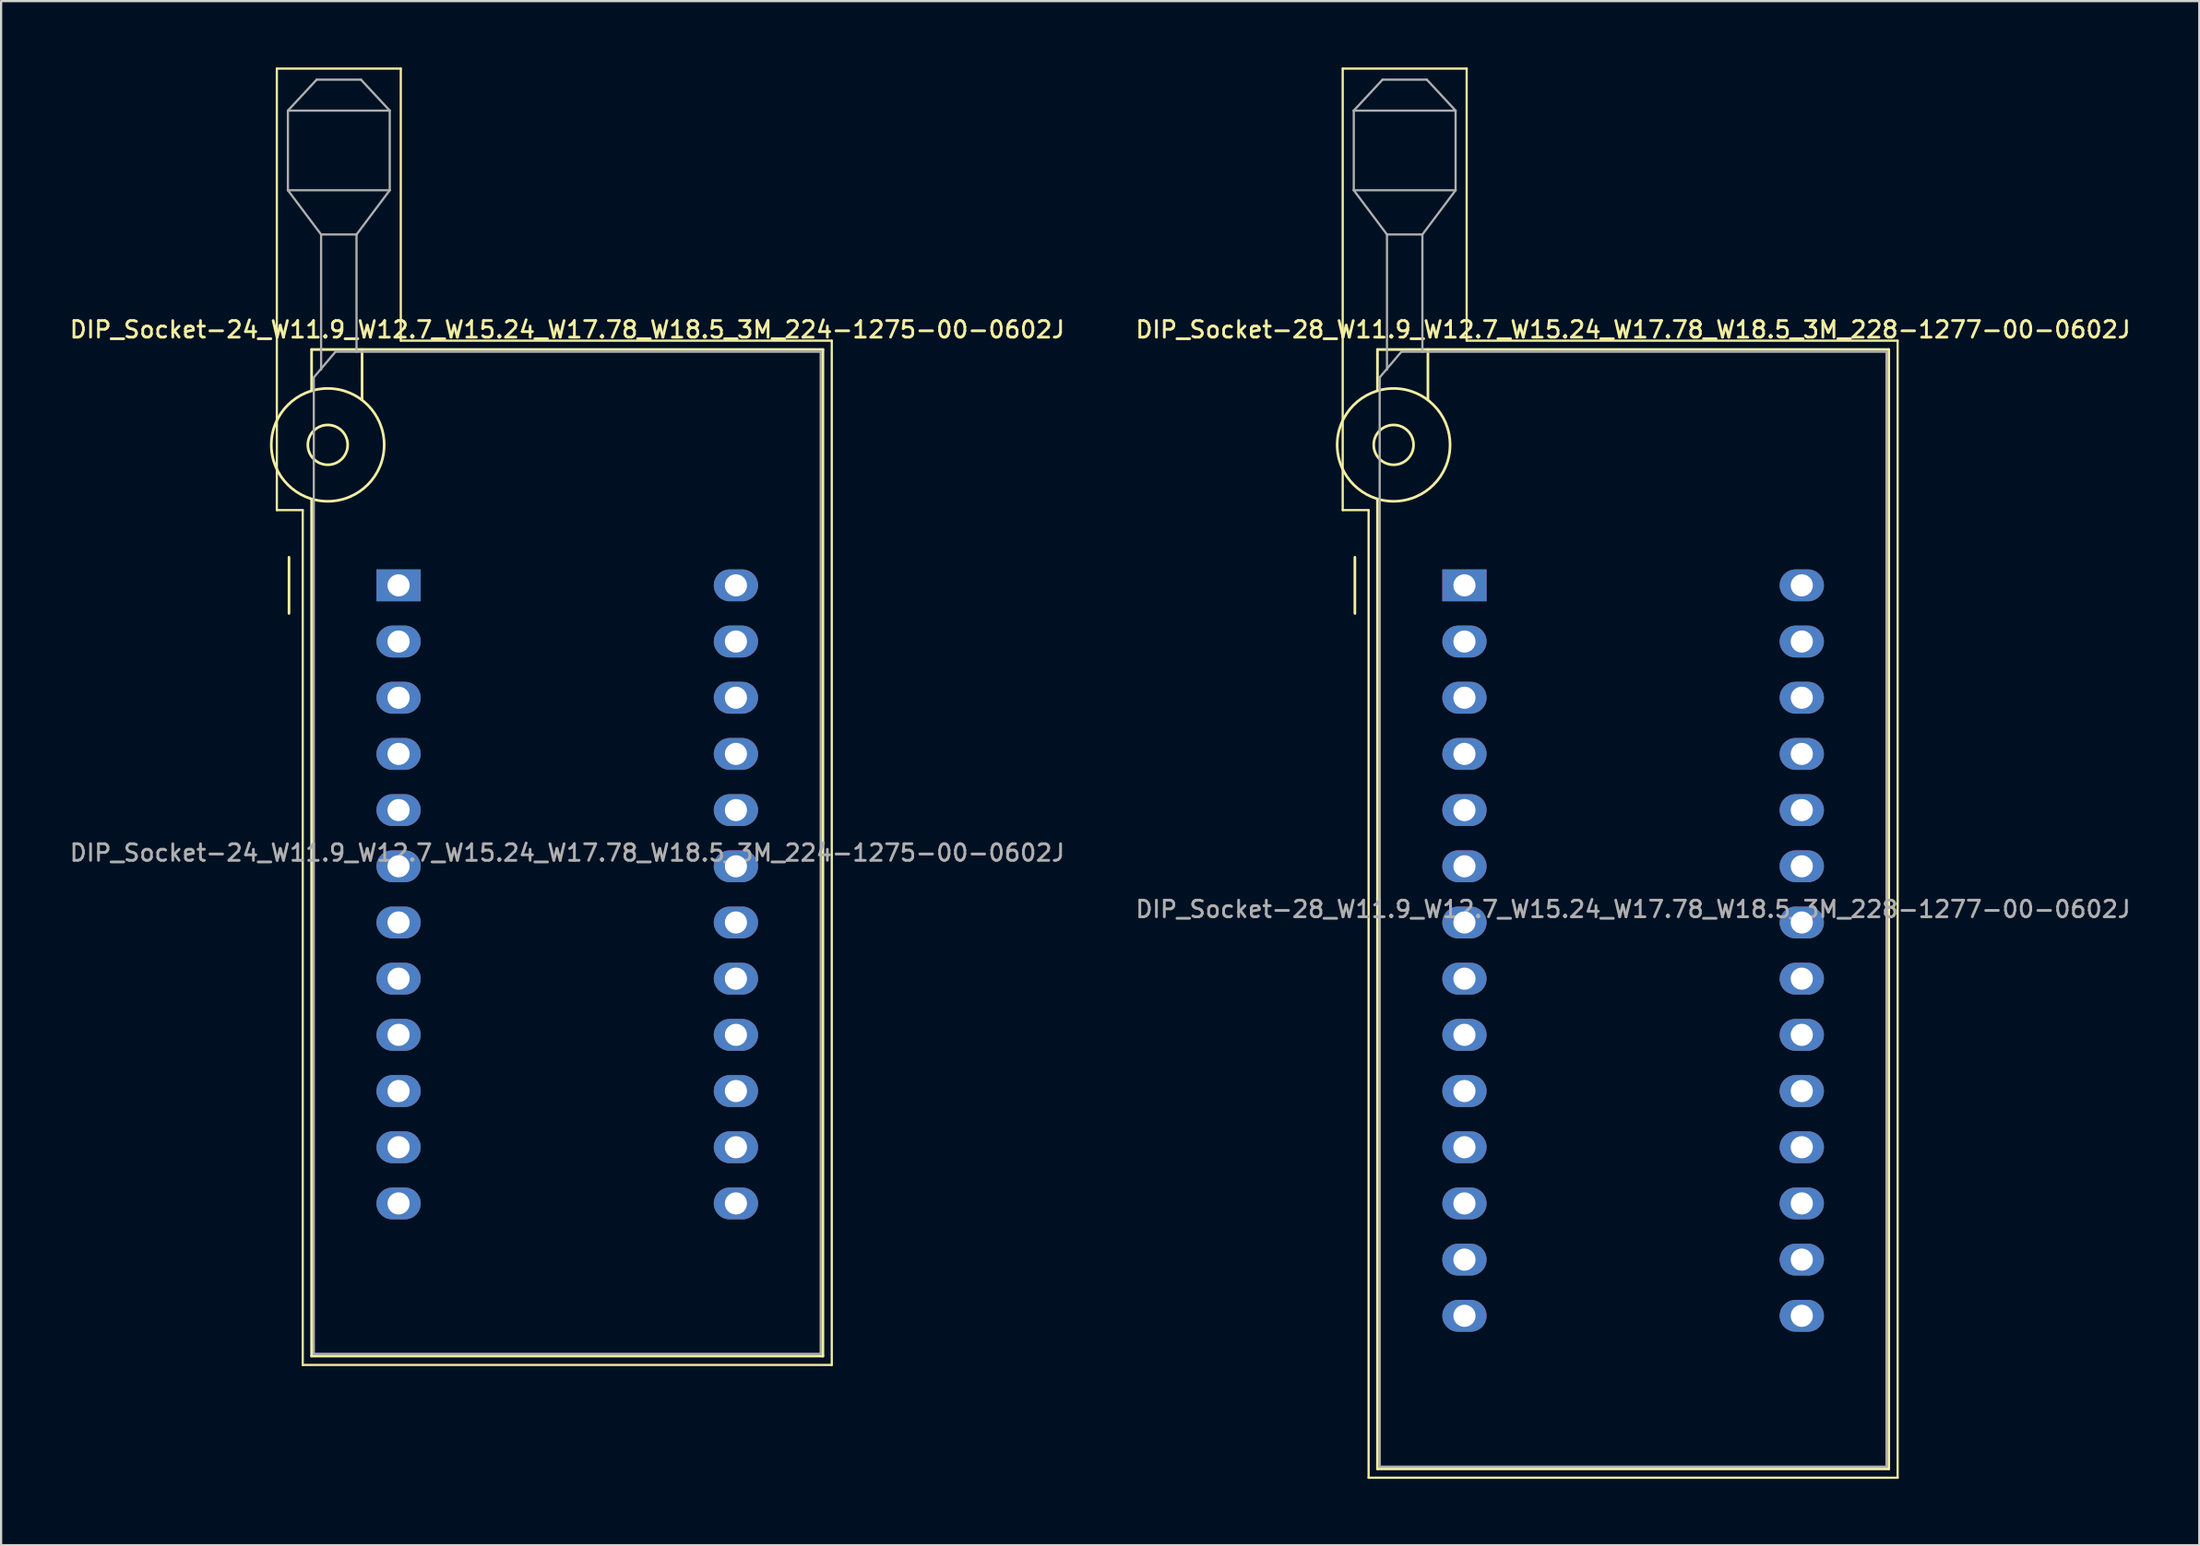
<source format=kicad_pcb>
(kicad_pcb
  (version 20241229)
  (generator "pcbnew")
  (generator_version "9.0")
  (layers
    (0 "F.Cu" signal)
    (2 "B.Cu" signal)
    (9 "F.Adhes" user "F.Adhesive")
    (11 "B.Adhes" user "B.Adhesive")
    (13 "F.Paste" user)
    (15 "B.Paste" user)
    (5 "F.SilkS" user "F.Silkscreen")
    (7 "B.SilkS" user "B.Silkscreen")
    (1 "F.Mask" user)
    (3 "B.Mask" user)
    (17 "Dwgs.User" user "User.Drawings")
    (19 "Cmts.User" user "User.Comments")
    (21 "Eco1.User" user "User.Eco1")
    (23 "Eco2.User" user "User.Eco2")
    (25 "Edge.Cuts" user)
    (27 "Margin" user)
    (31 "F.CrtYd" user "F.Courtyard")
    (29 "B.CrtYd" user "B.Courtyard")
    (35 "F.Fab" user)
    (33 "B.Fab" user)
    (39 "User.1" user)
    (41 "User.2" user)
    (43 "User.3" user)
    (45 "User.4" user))
  (footprint "DIP_Socket-24_W11.9_W12.7_W15.24_W17.78_W18.5_3M_224-1275-00-0602J"
    (layer "F.Cu")
    (at 14.957 23.41)
    (property "Reference" "DIP_Socket-24_W11.9_W12.7_W15.24_W17.78_W18.5_3M_224-1275-00-0602J" (at 7.62 -11.56 0) (layer "F.SilkS") (effects (font (size 0.75 0.75) (thickness 0.125))))
    (attr through_hole)
    (fp_line (start -5.5 -23.36) (end 0.1 -23.36) (stroke (width 0.1) (type solid)) (layer "F.SilkS"))
    (fp_line (start -5.5 -3.4) (end -5.5 -23.36) (stroke (width 0.1) (type solid)) (layer "F.SilkS"))
    (fp_line (start -4.95 1.27) (end -4.95 -1.27) (stroke (width 0.12) (type solid)) (layer "F.SilkS"))
    (fp_line (start -4.33 -3.4) (end -5.5 -3.4) (stroke (width 0.1) (type solid)) (layer "F.SilkS"))
    (fp_line (start -4.33 35.24) (end -4.33 -3.4) (stroke (width 0.1) (type solid)) (layer "F.SilkS"))
    (fp_line (start -3.93 -10.66) (end -3.93 -8.8) (stroke (width 0.12) (type solid)) (layer "F.SilkS"))
    (fp_line (start -3.93 -3.9) (end -3.93 34.84) (stroke (width 0.12) (type solid)) (layer "F.SilkS"))
    (fp_line (start -3.93 34.84) (end 19.17 34.84) (stroke (width 0.12) (type solid)) (layer "F.SilkS"))
    (fp_line (start -1.65 -10.66) (end -1.65 -8.4) (stroke (width 0.12) (type solid)) (layer "F.SilkS"))
    (fp_line (start 0.1 -23.36) (end 0.1 -11.06) (stroke (width 0.1) (type solid)) (layer "F.SilkS"))
    (fp_line (start 0.1 -11.06) (end 19.57 -11.06) (stroke (width 0.1) (type solid)) (layer "F.SilkS"))
    (fp_line (start 19.17 -10.66) (end -3.93 -10.66) (stroke (width 0.12) (type solid)) (layer "F.SilkS"))
    (fp_line (start 19.17 34.84) (end 19.17 -10.66) (stroke (width 0.12) (type solid)) (layer "F.SilkS"))
    (fp_line (start 19.57 -11.06) (end 19.57 35.24) (stroke (width 0.1) (type solid)) (layer "F.SilkS"))
    (fp_line (start 19.57 35.24) (end -4.33 35.24) (stroke (width 0.1) (type solid)) (layer "F.SilkS"))
    (fp_circle (center -3.2 -6.35) (end -2.3 -6.35) (stroke (width 0.12) (type solid)) (fill no) (layer "F.SilkS"))
    (fp_circle (center -3.2 -6.35) (end -0.65 -6.35) (stroke (width 0.12) (type solid)) (fill no) (layer "F.SilkS"))
    (fp_line (start -5 -21.46) (end -5 -17.86) (stroke (width 0.1) (type solid)) (layer "F.Fab"))
    (fp_line (start -5 -21.46) (end -3.7 -22.86) (stroke (width 0.1) (type solid)) (layer "F.Fab"))
    (fp_line (start -5 -17.86) (end -3.5 -15.86) (stroke (width 0.1) (type solid)) (layer "F.Fab"))
    (fp_line (start -5 -17.86) (end -0.4 -17.86) (stroke (width 0.1) (type solid)) (layer "F.Fab"))
    (fp_line (start -3.83 -9.4) (end -2.85 -10.56) (stroke (width 0.1) (type solid)) (layer "F.Fab"))
    (fp_line (start -3.83 34.74) (end -3.83 -9.4) (stroke (width 0.1) (type solid)) (layer "F.Fab"))
    (fp_line (start -3.7 -22.86) (end -1.7 -22.86) (stroke (width 0.1) (type solid)) (layer "F.Fab"))
    (fp_line (start -3.5 -15.86) (end -1.9 -15.86) (stroke (width 0.1) (type solid)) (layer "F.Fab"))
    (fp_line (start -3.5 -9.75) (end -3.5 -15.86) (stroke (width 0.1) (type solid)) (layer "F.Fab"))
    (fp_line (start -2.85 -10.56) (end 19.07 -10.56) (stroke (width 0.1) (type solid)) (layer "F.Fab"))
    (fp_line (start -1.9 -15.86) (end -1.9 -10.56) (stroke (width 0.1) (type solid)) (layer "F.Fab"))
    (fp_line (start -1.7 -22.86) (end -0.4 -21.46) (stroke (width 0.1) (type solid)) (layer "F.Fab"))
    (fp_line (start -0.4 -21.46) (end -5 -21.46) (stroke (width 0.1) (type solid)) (layer "F.Fab"))
    (fp_line (start -0.4 -17.86) (end -1.9 -15.86) (stroke (width 0.1) (type solid)) (layer "F.Fab"))
    (fp_line (start -0.4 -17.86) (end -0.4 -21.46) (stroke (width 0.1) (type solid)) (layer "F.Fab"))
    (fp_line (start 19.07 -10.56) (end 19.07 34.74) (stroke (width 0.1) (type solid)) (layer "F.Fab"))
    (fp_line (start 19.07 34.74) (end -3.83 34.74) (stroke (width 0.1) (type solid)) (layer "F.Fab"))
    (fp_text user "${REFERENCE}" (at 7.62 12.09 0) (layer "F.Fab") (effects (font (size 0.75 0.75) (thickness 0.125))))
    (pad "1" thru_hole rect (at 0 0) (size 2 1.44) (drill 1) (layers "*.Cu" "*.Mask"))
    (pad "2" thru_hole oval (at 0 2.54) (size 2 1.44) (drill 1) (layers "*.Cu" "*.Mask"))
    (pad "3" thru_hole oval (at 0 5.08) (size 2 1.44) (drill 1) (layers "*.Cu" "*.Mask"))
    (pad "4" thru_hole oval (at 0 7.62) (size 2 1.44) (drill 1) (layers "*.Cu" "*.Mask"))
    (pad "5" thru_hole oval (at 0 10.16) (size 2 1.44) (drill 1) (layers "*.Cu" "*.Mask"))
    (pad "6" thru_hole oval (at 0 12.7) (size 2 1.44) (drill 1) (layers "*.Cu" "*.Mask"))
    (pad "7" thru_hole oval (at 0 15.24) (size 2 1.44) (drill 1) (layers "*.Cu" "*.Mask"))
    (pad "8" thru_hole oval (at 0 17.78) (size 2 1.44) (drill 1) (layers "*.Cu" "*.Mask"))
    (pad "9" thru_hole oval (at 0 20.32) (size 2 1.44) (drill 1) (layers "*.Cu" "*.Mask"))
    (pad "10" thru_hole oval (at 0 22.86) (size 2 1.44) (drill 1) (layers "*.Cu" "*.Mask"))
    (pad "11" thru_hole oval (at 0 25.4) (size 2 1.44) (drill 1) (layers "*.Cu" "*.Mask"))
    (pad "12" thru_hole oval (at 0 27.94) (size 2 1.44) (drill 1) (layers "*.Cu" "*.Mask"))
    (pad "13" thru_hole oval (at 15.24 27.94) (size 2 1.44) (drill 1) (layers "*.Cu" "*.Mask"))
    (pad "14" thru_hole oval (at 15.24 25.4) (size 2 1.44) (drill 1) (layers "*.Cu" "*.Mask"))
    (pad "15" thru_hole oval (at 15.24 22.86) (size 2 1.44) (drill 1) (layers "*.Cu" "*.Mask"))
    (pad "16" thru_hole oval (at 15.24 20.32) (size 2 1.44) (drill 1) (layers "*.Cu" "*.Mask"))
    (pad "17" thru_hole oval (at 15.24 17.78) (size 2 1.44) (drill 1) (layers "*.Cu" "*.Mask"))
    (pad "18" thru_hole oval (at 15.24 15.24) (size 2 1.44) (drill 1) (layers "*.Cu" "*.Mask"))
    (pad "19" thru_hole oval (at 15.24 12.7) (size 2 1.44) (drill 1) (layers "*.Cu" "*.Mask"))
    (pad "20" thru_hole oval (at 15.24 10.16) (size 2 1.44) (drill 1) (layers "*.Cu" "*.Mask"))
    (pad "21" thru_hole oval (at 15.24 7.62) (size 2 1.44) (drill 1) (layers "*.Cu" "*.Mask"))
    (pad "22" thru_hole oval (at 15.24 5.08) (size 2 1.44) (drill 1) (layers "*.Cu" "*.Mask"))
    (pad "23" thru_hole oval (at 15.24 2.54) (size 2 1.44) (drill 1) (layers "*.Cu" "*.Mask"))
    (pad "24" thru_hole oval (at 15.24 0) (size 2 1.44) (drill 1) (layers "*.Cu" "*.Mask")))
  (footprint "DIP_Socket-28_W11.9_W12.7_W15.24_W17.78_W18.5_3M_228-1277-00-0602J"
    (layer "F.Cu")
    (at 63.11 23.41)
    (property "Reference" "DIP_Socket-28_W11.9_W12.7_W15.24_W17.78_W18.5_3M_228-1277-00-0602J" (at 7.62 -11.56 0) (layer "F.SilkS") (effects (font (size 0.75 0.75) (thickness 0.125))))
    (attr through_hole)
    (fp_line (start -5.5 -23.36) (end 0.1 -23.36) (stroke (width 0.1) (type solid)) (layer "F.SilkS"))
    (fp_line (start -5.5 -3.4) (end -5.5 -23.36) (stroke (width 0.1) (type solid)) (layer "F.SilkS"))
    (fp_line (start -4.95 1.27) (end -4.95 -1.27) (stroke (width 0.12) (type solid)) (layer "F.SilkS"))
    (fp_line (start -4.33 -3.4) (end -5.5 -3.4) (stroke (width 0.1) (type solid)) (layer "F.SilkS"))
    (fp_line (start -4.33 40.34) (end -4.33 -3.4) (stroke (width 0.1) (type solid)) (layer "F.SilkS"))
    (fp_line (start -3.93 -10.66) (end -3.93 -8.8) (stroke (width 0.12) (type solid)) (layer "F.SilkS"))
    (fp_line (start -3.93 -3.9) (end -3.93 39.94) (stroke (width 0.12) (type solid)) (layer "F.SilkS"))
    (fp_line (start -3.93 39.94) (end 19.17 39.94) (stroke (width 0.12) (type solid)) (layer "F.SilkS"))
    (fp_line (start -1.65 -10.66) (end -1.65 -8.4) (stroke (width 0.12) (type solid)) (layer "F.SilkS"))
    (fp_line (start 0.1 -23.36) (end 0.1 -11.06) (stroke (width 0.1) (type solid)) (layer "F.SilkS"))
    (fp_line (start 0.1 -11.06) (end 19.57 -11.06) (stroke (width 0.1) (type solid)) (layer "F.SilkS"))
    (fp_line (start 19.17 -10.66) (end -3.93 -10.66) (stroke (width 0.12) (type solid)) (layer "F.SilkS"))
    (fp_line (start 19.17 39.94) (end 19.17 -10.66) (stroke (width 0.12) (type solid)) (layer "F.SilkS"))
    (fp_line (start 19.57 -11.06) (end 19.57 40.34) (stroke (width 0.1) (type solid)) (layer "F.SilkS"))
    (fp_line (start 19.57 40.34) (end -4.33 40.34) (stroke (width 0.1) (type solid)) (layer "F.SilkS"))
    (fp_circle (center -3.2 -6.35) (end -2.3 -6.35) (stroke (width 0.12) (type solid)) (fill no) (layer "F.SilkS"))
    (fp_circle (center -3.2 -6.35) (end -0.65 -6.35) (stroke (width 0.12) (type solid)) (fill no) (layer "F.SilkS"))
    (fp_line (start -5 -21.46) (end -5 -17.86) (stroke (width 0.1) (type solid)) (layer "F.Fab"))
    (fp_line (start -5 -21.46) (end -3.7 -22.86) (stroke (width 0.1) (type solid)) (layer "F.Fab"))
    (fp_line (start -5 -17.86) (end -3.5 -15.86) (stroke (width 0.1) (type solid)) (layer "F.Fab"))
    (fp_line (start -5 -17.86) (end -0.4 -17.86) (stroke (width 0.1) (type solid)) (layer "F.Fab"))
    (fp_line (start -3.83 -9.4) (end -2.85 -10.56) (stroke (width 0.1) (type solid)) (layer "F.Fab"))
    (fp_line (start -3.83 39.84) (end -3.83 -9.4) (stroke (width 0.1) (type solid)) (layer "F.Fab"))
    (fp_line (start -3.7 -22.86) (end -1.7 -22.86) (stroke (width 0.1) (type solid)) (layer "F.Fab"))
    (fp_line (start -3.5 -15.86) (end -1.9 -15.86) (stroke (width 0.1) (type solid)) (layer "F.Fab"))
    (fp_line (start -3.5 -9.75) (end -3.5 -15.86) (stroke (width 0.1) (type solid)) (layer "F.Fab"))
    (fp_line (start -2.85 -10.56) (end 19.07 -10.56) (stroke (width 0.1) (type solid)) (layer "F.Fab"))
    (fp_line (start -1.9 -15.86) (end -1.9 -10.56) (stroke (width 0.1) (type solid)) (layer "F.Fab"))
    (fp_line (start -1.7 -22.86) (end -0.4 -21.46) (stroke (width 0.1) (type solid)) (layer "F.Fab"))
    (fp_line (start -0.4 -21.46) (end -5 -21.46) (stroke (width 0.1) (type solid)) (layer "F.Fab"))
    (fp_line (start -0.4 -17.86) (end -1.9 -15.86) (stroke (width 0.1) (type solid)) (layer "F.Fab"))
    (fp_line (start -0.4 -17.86) (end -0.4 -21.46) (stroke (width 0.1) (type solid)) (layer "F.Fab"))
    (fp_line (start 19.07 -10.56) (end 19.07 39.84) (stroke (width 0.1) (type solid)) (layer "F.Fab"))
    (fp_line (start 19.07 39.84) (end -3.83 39.84) (stroke (width 0.1) (type solid)) (layer "F.Fab"))
    (fp_text user "${REFERENCE}" (at 7.62 14.64 0) (layer "F.Fab") (effects (font (size 0.75 0.75) (thickness 0.125))))
    (pad "1" thru_hole rect (at 0 0) (size 2 1.44) (drill 1) (layers "*.Cu" "*.Mask"))
    (pad "2" thru_hole oval (at 0 2.54) (size 2 1.44) (drill 1) (layers "*.Cu" "*.Mask"))
    (pad "3" thru_hole oval (at 0 5.08) (size 2 1.44) (drill 1) (layers "*.Cu" "*.Mask"))
    (pad "4" thru_hole oval (at 0 7.62) (size 2 1.44) (drill 1) (layers "*.Cu" "*.Mask"))
    (pad "5" thru_hole oval (at 0 10.16) (size 2 1.44) (drill 1) (layers "*.Cu" "*.Mask"))
    (pad "6" thru_hole oval (at 0 12.7) (size 2 1.44) (drill 1) (layers "*.Cu" "*.Mask"))
    (pad "7" thru_hole oval (at 0 15.24) (size 2 1.44) (drill 1) (layers "*.Cu" "*.Mask"))
    (pad "8" thru_hole oval (at 0 17.78) (size 2 1.44) (drill 1) (layers "*.Cu" "*.Mask"))
    (pad "9" thru_hole oval (at 0 20.32) (size 2 1.44) (drill 1) (layers "*.Cu" "*.Mask"))
    (pad "10" thru_hole oval (at 0 22.86) (size 2 1.44) (drill 1) (layers "*.Cu" "*.Mask"))
    (pad "11" thru_hole oval (at 0 25.4) (size 2 1.44) (drill 1) (layers "*.Cu" "*.Mask"))
    (pad "12" thru_hole oval (at 0 27.94) (size 2 1.44) (drill 1) (layers "*.Cu" "*.Mask"))
    (pad "13" thru_hole oval (at 0 30.48) (size 2 1.44) (drill 1) (layers "*.Cu" "*.Mask"))
    (pad "14" thru_hole oval (at 0 33.02) (size 2 1.44) (drill 1) (layers "*.Cu" "*.Mask"))
    (pad "15" thru_hole oval (at 15.24 33.02) (size 2 1.44) (drill 1) (layers "*.Cu" "*.Mask"))
    (pad "16" thru_hole oval (at 15.24 30.48) (size 2 1.44) (drill 1) (layers "*.Cu" "*.Mask"))
    (pad "17" thru_hole oval (at 15.24 27.94) (size 2 1.44) (drill 1) (layers "*.Cu" "*.Mask"))
    (pad "18" thru_hole oval (at 15.24 25.4) (size 2 1.44) (drill 1) (layers "*.Cu" "*.Mask"))
    (pad "19" thru_hole oval (at 15.24 22.86) (size 2 1.44) (drill 1) (layers "*.Cu" "*.Mask"))
    (pad "20" thru_hole oval (at 15.24 20.32) (size 2 1.44) (drill 1) (layers "*.Cu" "*.Mask"))
    (pad "21" thru_hole oval (at 15.24 17.78) (size 2 1.44) (drill 1) (layers "*.Cu" "*.Mask"))
    (pad "22" thru_hole oval (at 15.24 15.24) (size 2 1.44) (drill 1) (layers "*.Cu" "*.Mask"))
    (pad "23" thru_hole oval (at 15.24 12.7) (size 2 1.44) (drill 1) (layers "*.Cu" "*.Mask"))
    (pad "24" thru_hole oval (at 15.24 10.16) (size 2 1.44) (drill 1) (layers "*.Cu" "*.Mask"))
    (pad "25" thru_hole oval (at 15.24 7.62) (size 2 1.44) (drill 1) (layers "*.Cu" "*.Mask"))
    (pad "26" thru_hole oval (at 15.24 5.08) (size 2 1.44) (drill 1) (layers "*.Cu" "*.Mask"))
    (pad "27" thru_hole oval (at 15.24 2.54) (size 2 1.44) (drill 1) (layers "*.Cu" "*.Mask"))
    (pad "28" thru_hole oval (at 15.24 0) (size 2 1.44) (drill 1) (layers "*.Cu" "*.Mask")))
  (gr_rect
    (start -3 -3)
    (end 96.307 66.8)
    (stroke (width 0.1) (type default))
    (fill no)
    (layer "Edge.Cuts")))
</source>
